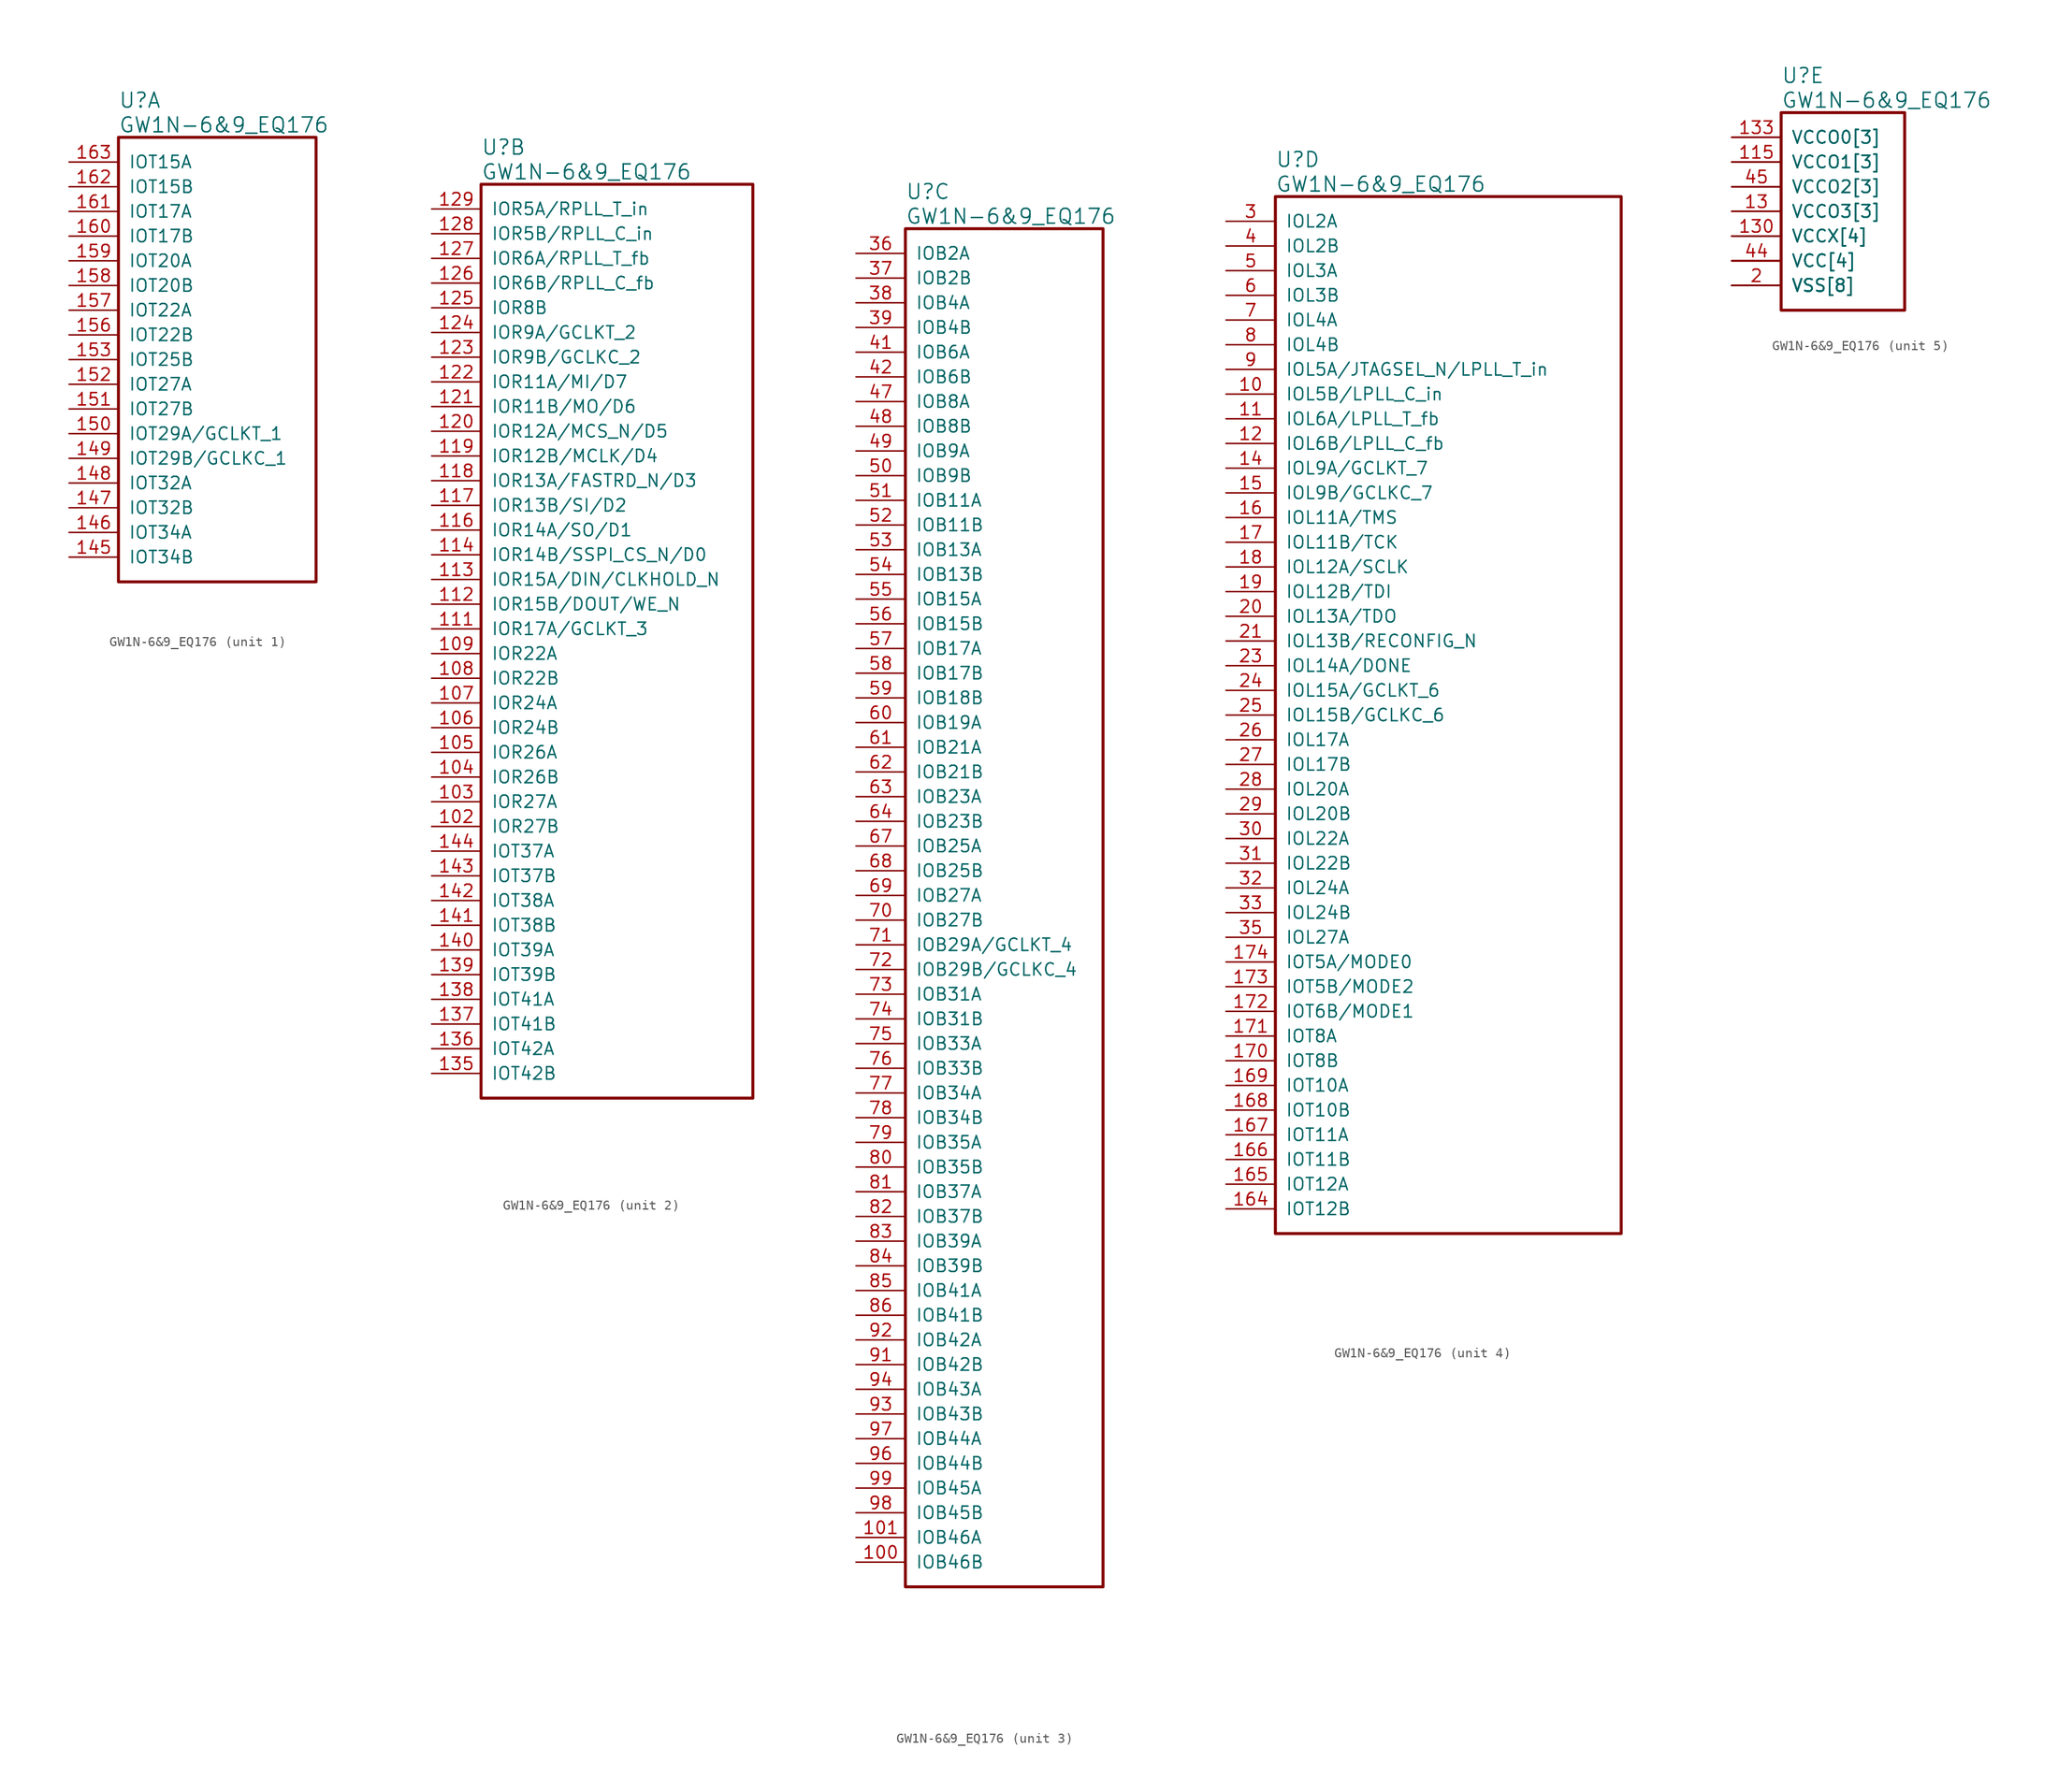
<source format=kicad_sym>
(kicad_symbol_lib
  (version 20211014)
  (generator kicad_symbol_editor)
  (symbol "GW1N-6&9_EQ176"
    (pin_names
      (offset 1.016))
    (property "Reference" "U"
      (at 5.08 6.35 0)
      (effects (font (size 1.524 1.524)) (justify left)))
    (property "Value" "GW1N-6&9_EQ176"
      (at 5.08 3.81 0)
      (effects (font (size 1.524 1.524)) (justify left)))
    (property "ki_locked" ""
      (at 0 0 0)
      (effects (font (size 1.27 1.27))))
    (symbol "GW1N-6&9_EQ176_1_1"
      (rectangle (start 5.08 2.54) (end 25.4 -43.18) (stroke (width 0.305) (type default) (color 0 0 0 0)) (fill (type none)))
      (pin bidirectional line (at 0 -40.64 0) (length 5.08) (name "IOT34B" (effects (font (size 1.27 1.27)))) (number "145" (effects (font (size 1.27 1.27)))))
      (pin bidirectional line (at 0 -38.1 0) (length 5.08) (name "IOT34A" (effects (font (size 1.27 1.27)))) (number "146" (effects (font (size 1.27 1.27)))))
      (pin bidirectional line (at 0 -35.56 0) (length 5.08) (name "IOT32B" (effects (font (size 1.27 1.27)))) (number "147" (effects (font (size 1.27 1.27)))))
      (pin bidirectional line (at 0 -33.02 0) (length 5.08) (name "IOT32A" (effects (font (size 1.27 1.27)))) (number "148" (effects (font (size 1.27 1.27)))))
      (pin bidirectional line (at 0 -30.48 0) (length 5.08) (name "IOT29B/GCLKC_1" (effects (font (size 1.27 1.27)))) (number "149" (effects (font (size 1.27 1.27)))))
      (pin bidirectional line (at 0 -27.94 0) (length 5.08) (name "IOT29A/GCLKT_1" (effects (font (size 1.27 1.27)))) (number "150" (effects (font (size 1.27 1.27)))))
      (pin bidirectional line (at 0 -25.4 0) (length 5.08) (name "IOT27B" (effects (font (size 1.27 1.27)))) (number "151" (effects (font (size 1.27 1.27)))))
      (pin bidirectional line (at 0 -22.86 0) (length 5.08) (name "IOT27A" (effects (font (size 1.27 1.27)))) (number "152" (effects (font (size 1.27 1.27)))))
      (pin bidirectional line (at 0 -20.32 0) (length 5.08) (name "IOT25B" (effects (font (size 1.27 1.27)))) (number "153" (effects (font (size 1.27 1.27)))))
      (pin bidirectional line (at 0 -17.78 0) (length 5.08) (name "IOT22B" (effects (font (size 1.27 1.27)))) (number "156" (effects (font (size 1.27 1.27)))))
      (pin bidirectional line (at 0 -15.24 0) (length 5.08) (name "IOT22A" (effects (font (size 1.27 1.27)))) (number "157" (effects (font (size 1.27 1.27)))))
      (pin bidirectional line (at 0 -12.7 0) (length 5.08) (name "IOT20B" (effects (font (size 1.27 1.27)))) (number "158" (effects (font (size 1.27 1.27)))))
      (pin bidirectional line (at 0 -10.16 0) (length 5.08) (name "IOT20A" (effects (font (size 1.27 1.27)))) (number "159" (effects (font (size 1.27 1.27)))))
      (pin bidirectional line (at 0 -7.62 0) (length 5.08) (name "IOT17B" (effects (font (size 1.27 1.27)))) (number "160" (effects (font (size 1.27 1.27)))))
      (pin bidirectional line (at 0 -5.08 0) (length 5.08) (name "IOT17A" (effects (font (size 1.27 1.27)))) (number "161" (effects (font (size 1.27 1.27)))))
      (pin bidirectional line (at 0 -2.54 0) (length 5.08) (name "IOT15B" (effects (font (size 1.27 1.27)))) (number "162" (effects (font (size 1.27 1.27)))))
      (pin bidirectional line (at 0 0 0) (length 5.08) (name "IOT15A" (effects (font (size 1.27 1.27)))) (number "163" (effects (font (size 1.27 1.27))))))
    (symbol "GW1N-6&9_EQ176_2_1"
      (rectangle (start 5.08 2.54) (end 33.02 -91.44) (stroke (width 0.305) (type default) (color 0 0 0 0)) (fill (type none)))
      (pin bidirectional line (at 0 -63.5 0) (length 5.08) (name "IOR27B" (effects (font (size 1.27 1.27)))) (number "102" (effects (font (size 1.27 1.27)))))
      (pin bidirectional line (at 0 -60.96 0) (length 5.08) (name "IOR27A" (effects (font (size 1.27 1.27)))) (number "103" (effects (font (size 1.27 1.27)))))
      (pin bidirectional line (at 0 -58.42 0) (length 5.08) (name "IOR26B" (effects (font (size 1.27 1.27)))) (number "104" (effects (font (size 1.27 1.27)))))
      (pin bidirectional line (at 0 -55.88 0) (length 5.08) (name "IOR26A" (effects (font (size 1.27 1.27)))) (number "105" (effects (font (size 1.27 1.27)))))
      (pin bidirectional line (at 0 -53.34 0) (length 5.08) (name "IOR24B" (effects (font (size 1.27 1.27)))) (number "106" (effects (font (size 1.27 1.27)))))
      (pin bidirectional line (at 0 -50.8 0) (length 5.08) (name "IOR24A" (effects (font (size 1.27 1.27)))) (number "107" (effects (font (size 1.27 1.27)))))
      (pin bidirectional line (at 0 -48.26 0) (length 5.08) (name "IOR22B" (effects (font (size 1.27 1.27)))) (number "108" (effects (font (size 1.27 1.27)))))
      (pin bidirectional line (at 0 -45.72 0) (length 5.08) (name "IOR22A" (effects (font (size 1.27 1.27)))) (number "109" (effects (font (size 1.27 1.27)))))
      (pin bidirectional line (at 0 -43.18 0) (length 5.08) (name "IOR17A/GCLKT_3" (effects (font (size 1.27 1.27)))) (number "111" (effects (font (size 1.27 1.27)))))
      (pin bidirectional line (at 0 -40.64 0) (length 5.08) (name "IOR15B/DOUT/WE_N" (effects (font (size 1.27 1.27)))) (number "112" (effects (font (size 1.27 1.27)))))
      (pin bidirectional line (at 0 -38.1 0) (length 5.08) (name "IOR15A/DIN/CLKHOLD_N" (effects (font (size 1.27 1.27)))) (number "113" (effects (font (size 1.27 1.27)))))
      (pin bidirectional line (at 0 -35.56 0) (length 5.08) (name "IOR14B/SSPI_CS_N/D0" (effects (font (size 1.27 1.27)))) (number "114" (effects (font (size 1.27 1.27)))))
      (pin bidirectional line (at 0 -33.02 0) (length 5.08) (name "IOR14A/SO/D1" (effects (font (size 1.27 1.27)))) (number "116" (effects (font (size 1.27 1.27)))))
      (pin bidirectional line (at 0 -30.48 0) (length 5.08) (name "IOR13B/SI/D2" (effects (font (size 1.27 1.27)))) (number "117" (effects (font (size 1.27 1.27)))))
      (pin bidirectional line (at 0 -27.94 0) (length 5.08) (name "IOR13A/FASTRD_N/D3" (effects (font (size 1.27 1.27)))) (number "118" (effects (font (size 1.27 1.27)))))
      (pin bidirectional line (at 0 -25.4 0) (length 5.08) (name "IOR12B/MCLK/D4" (effects (font (size 1.27 1.27)))) (number "119" (effects (font (size 1.27 1.27)))))
      (pin bidirectional line (at 0 -22.86 0) (length 5.08) (name "IOR12A/MCS_N/D5" (effects (font (size 1.27 1.27)))) (number "120" (effects (font (size 1.27 1.27)))))
      (pin bidirectional line (at 0 -20.32 0) (length 5.08) (name "IOR11B/MO/D6" (effects (font (size 1.27 1.27)))) (number "121" (effects (font (size 1.27 1.27)))))
      (pin bidirectional line (at 0 -17.78 0) (length 5.08) (name "IOR11A/MI/D7" (effects (font (size 1.27 1.27)))) (number "122" (effects (font (size 1.27 1.27)))))
      (pin bidirectional line (at 0 -15.24 0) (length 5.08) (name "IOR9B/GCLKC_2" (effects (font (size 1.27 1.27)))) (number "123" (effects (font (size 1.27 1.27)))))
      (pin bidirectional line (at 0 -12.7 0) (length 5.08) (name "IOR9A/GCLKT_2" (effects (font (size 1.27 1.27)))) (number "124" (effects (font (size 1.27 1.27)))))
      (pin bidirectional line (at 0 -10.16 0) (length 5.08) (name "IOR8B" (effects (font (size 1.27 1.27)))) (number "125" (effects (font (size 1.27 1.27)))))
      (pin bidirectional line (at 0 -7.62 0) (length 5.08) (name "IOR6B/RPLL_C_fb" (effects (font (size 1.27 1.27)))) (number "126" (effects (font (size 1.27 1.27)))))
      (pin bidirectional line (at 0 -5.08 0) (length 5.08) (name "IOR6A/RPLL_T_fb" (effects (font (size 1.27 1.27)))) (number "127" (effects (font (size 1.27 1.27)))))
      (pin bidirectional line (at 0 -2.54 0) (length 5.08) (name "IOR5B/RPLL_C_in" (effects (font (size 1.27 1.27)))) (number "128" (effects (font (size 1.27 1.27)))))
      (pin bidirectional line (at 0 0 0) (length 5.08) (name "IOR5A/RPLL_T_in" (effects (font (size 1.27 1.27)))) (number "129" (effects (font (size 1.27 1.27)))))
      (pin bidirectional line (at 0 -88.9 0) (length 5.08) (name "IOT42B" (effects (font (size 1.27 1.27)))) (number "135" (effects (font (size 1.27 1.27)))))
      (pin bidirectional line (at 0 -86.36 0) (length 5.08) (name "IOT42A" (effects (font (size 1.27 1.27)))) (number "136" (effects (font (size 1.27 1.27)))))
      (pin bidirectional line (at 0 -83.82 0) (length 5.08) (name "IOT41B" (effects (font (size 1.27 1.27)))) (number "137" (effects (font (size 1.27 1.27)))))
      (pin bidirectional line (at 0 -81.28 0) (length 5.08) (name "IOT41A" (effects (font (size 1.27 1.27)))) (number "138" (effects (font (size 1.27 1.27)))))
      (pin bidirectional line (at 0 -78.74 0) (length 5.08) (name "IOT39B" (effects (font (size 1.27 1.27)))) (number "139" (effects (font (size 1.27 1.27)))))
      (pin bidirectional line (at 0 -76.2 0) (length 5.08) (name "IOT39A" (effects (font (size 1.27 1.27)))) (number "140" (effects (font (size 1.27 1.27)))))
      (pin bidirectional line (at 0 -73.66 0) (length 5.08) (name "IOT38B" (effects (font (size 1.27 1.27)))) (number "141" (effects (font (size 1.27 1.27)))))
      (pin bidirectional line (at 0 -71.12 0) (length 5.08) (name "IOT38A" (effects (font (size 1.27 1.27)))) (number "142" (effects (font (size 1.27 1.27)))))
      (pin bidirectional line (at 0 -68.58 0) (length 5.08) (name "IOT37B" (effects (font (size 1.27 1.27)))) (number "143" (effects (font (size 1.27 1.27)))))
      (pin bidirectional line (at 0 -66.04 0) (length 5.08) (name "IOT37A" (effects (font (size 1.27 1.27)))) (number "144" (effects (font (size 1.27 1.27))))))
    (symbol "GW1N-6&9_EQ176_3_1"
      (rectangle (start 5.08 2.54) (end 25.4 -137.16) (stroke (width 0.305) (type default) (color 0 0 0 0)) (fill (type none)))
      (pin bidirectional line (at 0 -134.62 0) (length 5.08) (name "IOB46B" (effects (font (size 1.27 1.27)))) (number "100" (effects (font (size 1.27 1.27)))))
      (pin bidirectional line (at 0 -132.08 0) (length 5.08) (name "IOB46A" (effects (font (size 1.27 1.27)))) (number "101" (effects (font (size 1.27 1.27)))))
      (pin bidirectional line (at 0 0 0) (length 5.08) (name "IOB2A" (effects (font (size 1.27 1.27)))) (number "36" (effects (font (size 1.27 1.27)))))
      (pin bidirectional line (at 0 -2.54 0) (length 5.08) (name "IOB2B" (effects (font (size 1.27 1.27)))) (number "37" (effects (font (size 1.27 1.27)))))
      (pin bidirectional line (at 0 -5.08 0) (length 5.08) (name "IOB4A" (effects (font (size 1.27 1.27)))) (number "38" (effects (font (size 1.27 1.27)))))
      (pin bidirectional line (at 0 -7.62 0) (length 5.08) (name "IOB4B" (effects (font (size 1.27 1.27)))) (number "39" (effects (font (size 1.27 1.27)))))
      (pin bidirectional line (at 0 -10.16 0) (length 5.08) (name "IOB6A" (effects (font (size 1.27 1.27)))) (number "41" (effects (font (size 1.27 1.27)))))
      (pin bidirectional line (at 0 -12.7 0) (length 5.08) (name "IOB6B" (effects (font (size 1.27 1.27)))) (number "42" (effects (font (size 1.27 1.27)))))
      (pin bidirectional line (at 0 -15.24 0) (length 5.08) (name "IOB8A" (effects (font (size 1.27 1.27)))) (number "47" (effects (font (size 1.27 1.27)))))
      (pin bidirectional line (at 0 -17.78 0) (length 5.08) (name "IOB8B" (effects (font (size 1.27 1.27)))) (number "48" (effects (font (size 1.27 1.27)))))
      (pin bidirectional line (at 0 -20.32 0) (length 5.08) (name "IOB9A" (effects (font (size 1.27 1.27)))) (number "49" (effects (font (size 1.27 1.27)))))
      (pin bidirectional line (at 0 -22.86 0) (length 5.08) (name "IOB9B" (effects (font (size 1.27 1.27)))) (number "50" (effects (font (size 1.27 1.27)))))
      (pin bidirectional line (at 0 -25.4 0) (length 5.08) (name "IOB11A" (effects (font (size 1.27 1.27)))) (number "51" (effects (font (size 1.27 1.27)))))
      (pin bidirectional line (at 0 -27.94 0) (length 5.08) (name "IOB11B" (effects (font (size 1.27 1.27)))) (number "52" (effects (font (size 1.27 1.27)))))
      (pin bidirectional line (at 0 -30.48 0) (length 5.08) (name "IOB13A" (effects (font (size 1.27 1.27)))) (number "53" (effects (font (size 1.27 1.27)))))
      (pin bidirectional line (at 0 -33.02 0) (length 5.08) (name "IOB13B" (effects (font (size 1.27 1.27)))) (number "54" (effects (font (size 1.27 1.27)))))
      (pin bidirectional line (at 0 -35.56 0) (length 5.08) (name "IOB15A" (effects (font (size 1.27 1.27)))) (number "55" (effects (font (size 1.27 1.27)))))
      (pin bidirectional line (at 0 -38.1 0) (length 5.08) (name "IOB15B" (effects (font (size 1.27 1.27)))) (number "56" (effects (font (size 1.27 1.27)))))
      (pin bidirectional line (at 0 -40.64 0) (length 5.08) (name "IOB17A" (effects (font (size 1.27 1.27)))) (number "57" (effects (font (size 1.27 1.27)))))
      (pin bidirectional line (at 0 -43.18 0) (length 5.08) (name "IOB17B" (effects (font (size 1.27 1.27)))) (number "58" (effects (font (size 1.27 1.27)))))
      (pin bidirectional line (at 0 -45.72 0) (length 5.08) (name "IOB18B" (effects (font (size 1.27 1.27)))) (number "59" (effects (font (size 1.27 1.27)))))
      (pin bidirectional line (at 0 -48.26 0) (length 5.08) (name "IOB19A" (effects (font (size 1.27 1.27)))) (number "60" (effects (font (size 1.27 1.27)))))
      (pin bidirectional line (at 0 -50.8 0) (length 5.08) (name "IOB21A" (effects (font (size 1.27 1.27)))) (number "61" (effects (font (size 1.27 1.27)))))
      (pin bidirectional line (at 0 -53.34 0) (length 5.08) (name "IOB21B" (effects (font (size 1.27 1.27)))) (number "62" (effects (font (size 1.27 1.27)))))
      (pin bidirectional line (at 0 -55.88 0) (length 5.08) (name "IOB23A" (effects (font (size 1.27 1.27)))) (number "63" (effects (font (size 1.27 1.27)))))
      (pin bidirectional line (at 0 -58.42 0) (length 5.08) (name "IOB23B" (effects (font (size 1.27 1.27)))) (number "64" (effects (font (size 1.27 1.27)))))
      (pin bidirectional line (at 0 -60.96 0) (length 5.08) (name "IOB25A" (effects (font (size 1.27 1.27)))) (number "67" (effects (font (size 1.27 1.27)))))
      (pin bidirectional line (at 0 -63.5 0) (length 5.08) (name "IOB25B" (effects (font (size 1.27 1.27)))) (number "68" (effects (font (size 1.27 1.27)))))
      (pin bidirectional line (at 0 -66.04 0) (length 5.08) (name "IOB27A" (effects (font (size 1.27 1.27)))) (number "69" (effects (font (size 1.27 1.27)))))
      (pin bidirectional line (at 0 -68.58 0) (length 5.08) (name "IOB27B" (effects (font (size 1.27 1.27)))) (number "70" (effects (font (size 1.27 1.27)))))
      (pin bidirectional line (at 0 -71.12 0) (length 5.08) (name "IOB29A/GCLKT_4" (effects (font (size 1.27 1.27)))) (number "71" (effects (font (size 1.27 1.27)))))
      (pin bidirectional line (at 0 -73.66 0) (length 5.08) (name "IOB29B/GCLKC_4" (effects (font (size 1.27 1.27)))) (number "72" (effects (font (size 1.27 1.27)))))
      (pin bidirectional line (at 0 -76.2 0) (length 5.08) (name "IOB31A" (effects (font (size 1.27 1.27)))) (number "73" (effects (font (size 1.27 1.27)))))
      (pin bidirectional line (at 0 -78.74 0) (length 5.08) (name "IOB31B" (effects (font (size 1.27 1.27)))) (number "74" (effects (font (size 1.27 1.27)))))
      (pin bidirectional line (at 0 -81.28 0) (length 5.08) (name "IOB33A" (effects (font (size 1.27 1.27)))) (number "75" (effects (font (size 1.27 1.27)))))
      (pin bidirectional line (at 0 -83.82 0) (length 5.08) (name "IOB33B" (effects (font (size 1.27 1.27)))) (number "76" (effects (font (size 1.27 1.27)))))
      (pin bidirectional line (at 0 -86.36 0) (length 5.08) (name "IOB34A" (effects (font (size 1.27 1.27)))) (number "77" (effects (font (size 1.27 1.27)))))
      (pin bidirectional line (at 0 -88.9 0) (length 5.08) (name "IOB34B" (effects (font (size 1.27 1.27)))) (number "78" (effects (font (size 1.27 1.27)))))
      (pin bidirectional line (at 0 -91.44 0) (length 5.08) (name "IOB35A" (effects (font (size 1.27 1.27)))) (number "79" (effects (font (size 1.27 1.27)))))
      (pin bidirectional line (at 0 -93.98 0) (length 5.08) (name "IOB35B" (effects (font (size 1.27 1.27)))) (number "80" (effects (font (size 1.27 1.27)))))
      (pin bidirectional line (at 0 -96.52 0) (length 5.08) (name "IOB37A" (effects (font (size 1.27 1.27)))) (number "81" (effects (font (size 1.27 1.27)))))
      (pin bidirectional line (at 0 -99.06 0) (length 5.08) (name "IOB37B" (effects (font (size 1.27 1.27)))) (number "82" (effects (font (size 1.27 1.27)))))
      (pin bidirectional line (at 0 -101.6 0) (length 5.08) (name "IOB39A" (effects (font (size 1.27 1.27)))) (number "83" (effects (font (size 1.27 1.27)))))
      (pin bidirectional line (at 0 -104.14 0) (length 5.08) (name "IOB39B" (effects (font (size 1.27 1.27)))) (number "84" (effects (font (size 1.27 1.27)))))
      (pin bidirectional line (at 0 -106.68 0) (length 5.08) (name "IOB41A" (effects (font (size 1.27 1.27)))) (number "85" (effects (font (size 1.27 1.27)))))
      (pin bidirectional line (at 0 -109.22 0) (length 5.08) (name "IOB41B" (effects (font (size 1.27 1.27)))) (number "86" (effects (font (size 1.27 1.27)))))
      (pin bidirectional line (at 0 -114.3 0) (length 5.08) (name "IOB42B" (effects (font (size 1.27 1.27)))) (number "91" (effects (font (size 1.27 1.27)))))
      (pin bidirectional line (at 0 -111.76 0) (length 5.08) (name "IOB42A" (effects (font (size 1.27 1.27)))) (number "92" (effects (font (size 1.27 1.27)))))
      (pin bidirectional line (at 0 -119.38 0) (length 5.08) (name "IOB43B" (effects (font (size 1.27 1.27)))) (number "93" (effects (font (size 1.27 1.27)))))
      (pin bidirectional line (at 0 -116.84 0) (length 5.08) (name "IOB43A" (effects (font (size 1.27 1.27)))) (number "94" (effects (font (size 1.27 1.27)))))
      (pin bidirectional line (at 0 -124.46 0) (length 5.08) (name "IOB44B" (effects (font (size 1.27 1.27)))) (number "96" (effects (font (size 1.27 1.27)))))
      (pin bidirectional line (at 0 -121.92 0) (length 5.08) (name "IOB44A" (effects (font (size 1.27 1.27)))) (number "97" (effects (font (size 1.27 1.27)))))
      (pin bidirectional line (at 0 -129.54 0) (length 5.08) (name "IOB45B" (effects (font (size 1.27 1.27)))) (number "98" (effects (font (size 1.27 1.27)))))
      (pin bidirectional line (at 0 -127 0) (length 5.08) (name "IOB45A" (effects (font (size 1.27 1.27)))) (number "99" (effects (font (size 1.27 1.27))))))
    (symbol "GW1N-6&9_EQ176_4_1"
      (rectangle (start 5.08 2.54) (end 40.64 -104.14) (stroke (width 0.305) (type default) (color 0 0 0 0)) (fill (type none)))
      (pin bidirectional line (at 0 -17.78 0) (length 5.08) (name "IOL5B/LPLL_C_in" (effects (font (size 1.27 1.27)))) (number "10" (effects (font (size 1.27 1.27)))))
      (pin bidirectional line (at 0 -20.32 0) (length 5.08) (name "IOL6A/LPLL_T_fb" (effects (font (size 1.27 1.27)))) (number "11" (effects (font (size 1.27 1.27)))))
      (pin bidirectional line (at 0 -22.86 0) (length 5.08) (name "IOL6B/LPLL_C_fb" (effects (font (size 1.27 1.27)))) (number "12" (effects (font (size 1.27 1.27)))))
      (pin bidirectional line (at 0 -25.4 0) (length 5.08) (name "IOL9A/GCLKT_7" (effects (font (size 1.27 1.27)))) (number "14" (effects (font (size 1.27 1.27)))))
      (pin bidirectional line (at 0 -27.94 0) (length 5.08) (name "IOL9B/GCLKC_7" (effects (font (size 1.27 1.27)))) (number "15" (effects (font (size 1.27 1.27)))))
      (pin bidirectional line (at 0 -30.48 0) (length 5.08) (name "IOL11A/TMS" (effects (font (size 1.27 1.27)))) (number "16" (effects (font (size 1.27 1.27)))))
      (pin bidirectional line (at 0 -101.6 0) (length 5.08) (name "IOT12B" (effects (font (size 1.27 1.27)))) (number "164" (effects (font (size 1.27 1.27)))))
      (pin bidirectional line (at 0 -99.06 0) (length 5.08) (name "IOT12A" (effects (font (size 1.27 1.27)))) (number "165" (effects (font (size 1.27 1.27)))))
      (pin bidirectional line (at 0 -96.52 0) (length 5.08) (name "IOT11B" (effects (font (size 1.27 1.27)))) (number "166" (effects (font (size 1.27 1.27)))))
      (pin bidirectional line (at 0 -93.98 0) (length 5.08) (name "IOT11A" (effects (font (size 1.27 1.27)))) (number "167" (effects (font (size 1.27 1.27)))))
      (pin bidirectional line (at 0 -91.44 0) (length 5.08) (name "IOT10B" (effects (font (size 1.27 1.27)))) (number "168" (effects (font (size 1.27 1.27)))))
      (pin bidirectional line (at 0 -88.9 0) (length 5.08) (name "IOT10A" (effects (font (size 1.27 1.27)))) (number "169" (effects (font (size 1.27 1.27)))))
      (pin bidirectional line (at 0 -33.02 0) (length 5.08) (name "IOL11B/TCK" (effects (font (size 1.27 1.27)))) (number "17" (effects (font (size 1.27 1.27)))))
      (pin bidirectional line (at 0 -86.36 0) (length 5.08) (name "IOT8B" (effects (font (size 1.27 1.27)))) (number "170" (effects (font (size 1.27 1.27)))))
      (pin bidirectional line (at 0 -83.82 0) (length 5.08) (name "IOT8A" (effects (font (size 1.27 1.27)))) (number "171" (effects (font (size 1.27 1.27)))))
      (pin bidirectional line (at 0 -81.28 0) (length 5.08) (name "IOT6B/MODE1" (effects (font (size 1.27 1.27)))) (number "172" (effects (font (size 1.27 1.27)))))
      (pin bidirectional line (at 0 -78.74 0) (length 5.08) (name "IOT5B/MODE2" (effects (font (size 1.27 1.27)))) (number "173" (effects (font (size 1.27 1.27)))))
      (pin bidirectional line (at 0 -76.2 0) (length 5.08) (name "IOT5A/MODE0" (effects (font (size 1.27 1.27)))) (number "174" (effects (font (size 1.27 1.27)))))
      (pin bidirectional line (at 0 -35.56 0) (length 5.08) (name "IOL12A/SCLK" (effects (font (size 1.27 1.27)))) (number "18" (effects (font (size 1.27 1.27)))))
      (pin bidirectional line (at 0 -38.1 0) (length 5.08) (name "IOL12B/TDI" (effects (font (size 1.27 1.27)))) (number "19" (effects (font (size 1.27 1.27)))))
      (pin bidirectional line (at 0 -40.64 0) (length 5.08) (name "IOL13A/TDO" (effects (font (size 1.27 1.27)))) (number "20" (effects (font (size 1.27 1.27)))))
      (pin bidirectional line (at 0 -43.18 0) (length 5.08) (name "IOL13B/RECONFIG_N" (effects (font (size 1.27 1.27)))) (number "21" (effects (font (size 1.27 1.27)))))
      (pin bidirectional line (at 0 -45.72 0) (length 5.08) (name "IOL14A/DONE" (effects (font (size 1.27 1.27)))) (number "23" (effects (font (size 1.27 1.27)))))
      (pin bidirectional line (at 0 -48.26 0) (length 5.08) (name "IOL15A/GCLKT_6" (effects (font (size 1.27 1.27)))) (number "24" (effects (font (size 1.27 1.27)))))
      (pin bidirectional line (at 0 -50.8 0) (length 5.08) (name "IOL15B/GCLKC_6" (effects (font (size 1.27 1.27)))) (number "25" (effects (font (size 1.27 1.27)))))
      (pin bidirectional line (at 0 -53.34 0) (length 5.08) (name "IOL17A" (effects (font (size 1.27 1.27)))) (number "26" (effects (font (size 1.27 1.27)))))
      (pin bidirectional line (at 0 -55.88 0) (length 5.08) (name "IOL17B" (effects (font (size 1.27 1.27)))) (number "27" (effects (font (size 1.27 1.27)))))
      (pin bidirectional line (at 0 -58.42 0) (length 5.08) (name "IOL20A" (effects (font (size 1.27 1.27)))) (number "28" (effects (font (size 1.27 1.27)))))
      (pin bidirectional line (at 0 -60.96 0) (length 5.08) (name "IOL20B" (effects (font (size 1.27 1.27)))) (number "29" (effects (font (size 1.27 1.27)))))
      (pin bidirectional line (at 0 0 0) (length 5.08) (name "IOL2A" (effects (font (size 1.27 1.27)))) (number "3" (effects (font (size 1.27 1.27)))))
      (pin bidirectional line (at 0 -63.5 0) (length 5.08) (name "IOL22A" (effects (font (size 1.27 1.27)))) (number "30" (effects (font (size 1.27 1.27)))))
      (pin bidirectional line (at 0 -66.04 0) (length 5.08) (name "IOL22B" (effects (font (size 1.27 1.27)))) (number "31" (effects (font (size 1.27 1.27)))))
      (pin bidirectional line (at 0 -68.58 0) (length 5.08) (name "IOL24A" (effects (font (size 1.27 1.27)))) (number "32" (effects (font (size 1.27 1.27)))))
      (pin bidirectional line (at 0 -71.12 0) (length 5.08) (name "IOL24B" (effects (font (size 1.27 1.27)))) (number "33" (effects (font (size 1.27 1.27)))))
      (pin bidirectional line (at 0 -73.66 0) (length 5.08) (name "IOL27A" (effects (font (size 1.27 1.27)))) (number "35" (effects (font (size 1.27 1.27)))))
      (pin bidirectional line (at 0 -2.54 0) (length 5.08) (name "IOL2B" (effects (font (size 1.27 1.27)))) (number "4" (effects (font (size 1.27 1.27)))))
      (pin bidirectional line (at 0 -5.08 0) (length 5.08) (name "IOL3A" (effects (font (size 1.27 1.27)))) (number "5" (effects (font (size 1.27 1.27)))))
      (pin bidirectional line (at 0 -7.62 0) (length 5.08) (name "IOL3B" (effects (font (size 1.27 1.27)))) (number "6" (effects (font (size 1.27 1.27)))))
      (pin bidirectional line (at 0 -10.16 0) (length 5.08) (name "IOL4A" (effects (font (size 1.27 1.27)))) (number "7" (effects (font (size 1.27 1.27)))))
      (pin bidirectional line (at 0 -12.7 0) (length 5.08) (name "IOL4B" (effects (font (size 1.27 1.27)))) (number "8" (effects (font (size 1.27 1.27)))))
      (pin bidirectional line (at 0 -15.24 0) (length 5.08) (name "IOL5A/JTAGSEL_N/LPLL_T_in" (effects (font (size 1.27 1.27)))) (number "9" (effects (font (size 1.27 1.27))))))
    (symbol "GW1N-6&9_EQ176_5_1"
      (rectangle (start 5.08 2.54) (end 17.78 -17.78) (stroke (width 0.305) (type default) (color 0 0 0 0)) (fill (type none)))
      (pin power_in line (at 0 -12.7 0) (length 5.08) (name "VCC[4]" (effects (font (size 1.27 1.27)))) (number "1" (effects (font (size 0 0)))))
      (pin power_in line (at 0 -2.54 0) (length 5.08) (name "VCCO1[3]" (effects (font (size 1.27 1.27)))) (number "110" (effects (font (size 0 0)))))
      (pin power_in line (at 0 -2.54 0) (length 5.08) (name "VCCO1[3]" (effects (font (size 1.27 1.27)))) (number "115" (effects (font (size 1.27 1.27)))))
      (pin power_in line (at 0 -7.62 0) (length 5.08) (name "VCCO3[3]" (effects (font (size 1.27 1.27)))) (number "13" (effects (font (size 1.27 1.27)))))
      (pin power_in line (at 0 -10.16 0) (length 5.08) (name "VCCX[4]" (effects (font (size 1.27 1.27)))) (number "130" (effects (font (size 1.27 1.27)))))
      (pin power_in line (at 0 -15.24 0) (length 5.08) (name "VSS[8]" (effects (font (size 1.27 1.27)))) (number "131" (effects (font (size 0 0)))))
      (pin power_in line (at 0 -12.7 0) (length 5.08) (name "VCC[4]" (effects (font (size 1.27 1.27)))) (number "132" (effects (font (size 0 0)))))
      (pin power_in line (at 0 0 0) (length 5.08) (name "VCCO0[3]" (effects (font (size 1.27 1.27)))) (number "133" (effects (font (size 1.27 1.27)))))
      (pin power_in line (at 0 -15.24 0) (length 5.08) (name "VSS[8]" (effects (font (size 1.27 1.27)))) (number "134" (effects (font (size 0 0)))))
      (pin power_in line (at 0 -10.16 0) (length 5.08) (name "VCCX[4]" (effects (font (size 1.27 1.27)))) (number "154" (effects (font (size 0 0)))))
      (pin power_in line (at 0 0 0) (length 5.08) (name "VCCO0[3]" (effects (font (size 1.27 1.27)))) (number "155" (effects (font (size 0 0)))))
      (pin power_in line (at 0 -15.24 0) (length 5.08) (name "VSS[8]" (effects (font (size 1.27 1.27)))) (number "175" (effects (font (size 0 0)))))
      (pin power_in line (at 0 0 0) (length 5.08) (name "VCCO0[3]" (effects (font (size 1.27 1.27)))) (number "176" (effects (font (size 0 0)))))
      (pin power_in line (at 0 -15.24 0) (length 5.08) (name "VSS[8]" (effects (font (size 1.27 1.27)))) (number "2" (effects (font (size 1.27 1.27)))))
      (pin power_in line (at 0 -7.62 0) (length 5.08) (name "VCCO3[3]" (effects (font (size 1.27 1.27)))) (number "22" (effects (font (size 0 0)))))
      (pin power_in line (at 0 -7.62 0) (length 5.08) (name "VCCO3[3]" (effects (font (size 1.27 1.27)))) (number "34" (effects (font (size 0 0)))))
      (pin power_in line (at 0 -10.16 0) (length 5.08) (name "VCCX[4]" (effects (font (size 1.27 1.27)))) (number "40" (effects (font (size 0 0)))))
      (pin power_in line (at 0 -15.24 0) (length 5.08) (name "VSS[8]" (effects (font (size 1.27 1.27)))) (number "43" (effects (font (size 0 0)))))
      (pin power_in line (at 0 -12.7 0) (length 5.08) (name "VCC[4]" (effects (font (size 1.27 1.27)))) (number "44" (effects (font (size 1.27 1.27)))))
      (pin power_in line (at 0 -5.08 0) (length 5.08) (name "VCCO2[3]" (effects (font (size 1.27 1.27)))) (number "45" (effects (font (size 1.27 1.27)))))
      (pin power_in line (at 0 -15.24 0) (length 5.08) (name "VSS[8]" (effects (font (size 1.27 1.27)))) (number "46" (effects (font (size 0 0)))))
      (pin power_in line (at 0 -5.08 0) (length 5.08) (name "VCCO2[3]" (effects (font (size 1.27 1.27)))) (number "65" (effects (font (size 0 0)))))
      (pin power_in line (at 0 -10.16 0) (length 5.08) (name "VCCX[4]" (effects (font (size 1.27 1.27)))) (number "66" (effects (font (size 0 0)))))
      (pin power_in line (at 0 -15.24 0) (length 5.08) (name "VSS[8]" (effects (font (size 1.27 1.27)))) (number "87" (effects (font (size 0 0)))))
      (pin power_in line (at 0 -5.08 0) (length 5.08) (name "VCCO2[3]" (effects (font (size 1.27 1.27)))) (number "88" (effects (font (size 0 0)))))
      (pin power_in line (at 0 -12.7 0) (length 5.08) (name "VCC[4]" (effects (font (size 1.27 1.27)))) (number "89" (effects (font (size 0 0)))))
      (pin power_in line (at 0 -15.24 0) (length 5.08) (name "VSS[8]" (effects (font (size 1.27 1.27)))) (number "90" (effects (font (size 0 0)))))
      (pin power_in line (at 0 -2.54 0) (length 5.08) (name "VCCO1[3]" (effects (font (size 1.27 1.27)))) (number "95" (effects (font (size 0 0))))))))
</source>
